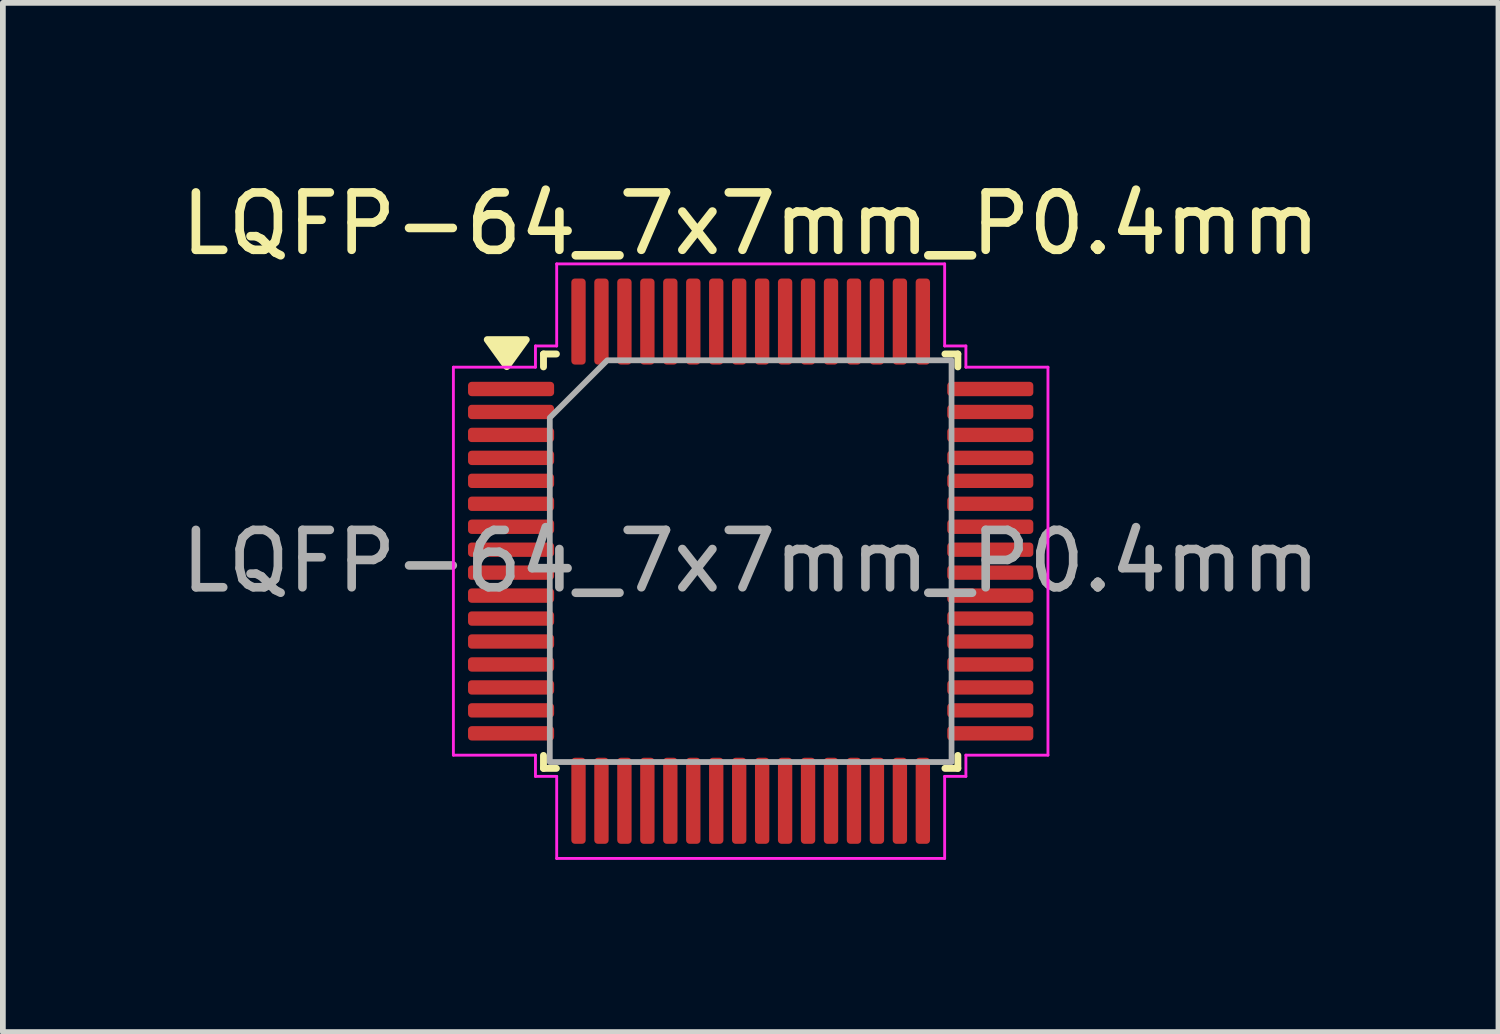
<source format=kicad_pcb>
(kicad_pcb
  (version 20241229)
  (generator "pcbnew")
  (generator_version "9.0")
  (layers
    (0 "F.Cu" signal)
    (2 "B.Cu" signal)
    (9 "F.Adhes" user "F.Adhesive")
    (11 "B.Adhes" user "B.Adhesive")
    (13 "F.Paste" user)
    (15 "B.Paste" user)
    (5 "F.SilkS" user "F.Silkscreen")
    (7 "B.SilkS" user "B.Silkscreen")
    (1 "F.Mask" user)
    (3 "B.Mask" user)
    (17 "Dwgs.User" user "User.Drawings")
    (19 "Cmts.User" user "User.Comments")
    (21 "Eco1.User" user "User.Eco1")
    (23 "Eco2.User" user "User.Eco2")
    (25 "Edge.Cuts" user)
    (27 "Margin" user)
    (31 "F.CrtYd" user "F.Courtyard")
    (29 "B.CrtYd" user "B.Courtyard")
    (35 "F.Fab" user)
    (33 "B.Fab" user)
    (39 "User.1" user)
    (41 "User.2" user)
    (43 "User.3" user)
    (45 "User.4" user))
  (footprint "LQFP-64_7x7mm_P0.4mm"
    (layer "F.Cu")
    (at 10.03 6.728)
    (property "Reference" "LQFP-64_7x7mm_P0.4mm" (at 0 -5.88 0) (layer "F.SilkS") (effects (font (size 1 1) (thickness 0.15))))
    (attr smd)
    (fp_line (start -3.61 -3.61) (end -3.385 -3.61) (stroke (width 0.12) (type solid)) (layer "F.SilkS"))
    (fp_line (start -3.61 -3.385) (end -3.61 -3.61) (stroke (width 0.12) (type solid)) (layer "F.SilkS"))
    (fp_line (start -3.61 3.61) (end -3.61 3.385) (stroke (width 0.12) (type solid)) (layer "F.SilkS"))
    (fp_line (start -3.385 3.61) (end -3.61 3.61) (stroke (width 0.12) (type solid)) (layer "F.SilkS"))
    (fp_line (start 3.385 -3.61) (end 3.61 -3.61) (stroke (width 0.12) (type solid)) (layer "F.SilkS"))
    (fp_line (start 3.61 -3.61) (end 3.61 -3.385) (stroke (width 0.12) (type solid)) (layer "F.SilkS"))
    (fp_line (start 3.61 3.385) (end 3.61 3.61) (stroke (width 0.12) (type solid)) (layer "F.SilkS"))
    (fp_line (start 3.61 3.61) (end 3.385 3.61) (stroke (width 0.12) (type solid)) (layer "F.SilkS"))
    (fp_poly (pts (xy -4.25 -3.39) (xy -4.59 -3.86) (xy -3.91 -3.86)) (stroke (width 0.12) (type solid)) (fill yes) (layer "F.SilkS"))
    (fp_line (start -5.18 -3.38) (end -3.75 -3.38) (stroke (width 0.05) (type solid)) (layer "F.CrtYd"))
    (fp_line (start -5.18 3.38) (end -5.18 -3.38) (stroke (width 0.05) (type solid)) (layer "F.CrtYd"))
    (fp_line (start -3.75 -3.75) (end -3.38 -3.75) (stroke (width 0.05) (type solid)) (layer "F.CrtYd"))
    (fp_line (start -3.75 -3.38) (end -3.75 -3.75) (stroke (width 0.05) (type solid)) (layer "F.CrtYd"))
    (fp_line (start -3.75 3.38) (end -5.18 3.38) (stroke (width 0.05) (type solid)) (layer "F.CrtYd"))
    (fp_line (start -3.75 3.75) (end -3.75 3.38) (stroke (width 0.05) (type solid)) (layer "F.CrtYd"))
    (fp_line (start -3.38 -5.18) (end 3.38 -5.18) (stroke (width 0.05) (type solid)) (layer "F.CrtYd"))
    (fp_line (start -3.38 -3.75) (end -3.38 -5.18) (stroke (width 0.05) (type solid)) (layer "F.CrtYd"))
    (fp_line (start -3.38 3.75) (end -3.75 3.75) (stroke (width 0.05) (type solid)) (layer "F.CrtYd"))
    (fp_line (start -3.38 5.18) (end -3.38 3.75) (stroke (width 0.05) (type solid)) (layer "F.CrtYd"))
    (fp_line (start 3.38 -5.18) (end 3.38 -3.75) (stroke (width 0.05) (type solid)) (layer "F.CrtYd"))
    (fp_line (start 3.38 -3.75) (end 3.75 -3.75) (stroke (width 0.05) (type solid)) (layer "F.CrtYd"))
    (fp_line (start 3.38 3.75) (end 3.38 5.18) (stroke (width 0.05) (type solid)) (layer "F.CrtYd"))
    (fp_line (start 3.38 5.18) (end -3.38 5.18) (stroke (width 0.05) (type solid)) (layer "F.CrtYd"))
    (fp_line (start 3.75 -3.75) (end 3.75 -3.38) (stroke (width 0.05) (type solid)) (layer "F.CrtYd"))
    (fp_line (start 3.75 -3.38) (end 5.18 -3.38) (stroke (width 0.05) (type solid)) (layer "F.CrtYd"))
    (fp_line (start 3.75 3.38) (end 3.75 3.75) (stroke (width 0.05) (type solid)) (layer "F.CrtYd"))
    (fp_line (start 3.75 3.75) (end 3.38 3.75) (stroke (width 0.05) (type solid)) (layer "F.CrtYd"))
    (fp_line (start 5.18 -3.38) (end 5.18 3.38) (stroke (width 0.05) (type solid)) (layer "F.CrtYd"))
    (fp_line (start 5.18 3.38) (end 3.75 3.38) (stroke (width 0.05) (type solid)) (layer "F.CrtYd"))
    (fp_poly (pts (xy -3.5 -2.5) (xy -3.5 3.5) (xy 3.5 3.5) (xy 3.5 -3.5) (xy -2.5 -3.5)) (stroke (width 0.1) (type solid)) (fill no) (layer "F.Fab"))
    (fp_text user "${REFERENCE}" (at 0 0 0) (layer "F.Fab") (effects (font (size 1 1) (thickness 0.15))))
    (pad "1" smd roundrect (at -4.175 -3) (size 1.5 0.25) (layers "F.Cu" "F.Mask" "F.Paste") (roundrect_rratio 0.25))
    (pad "2" smd roundrect (at -4.175 -2.6) (size 1.5 0.25) (layers "F.Cu" "F.Mask" "F.Paste") (roundrect_rratio 0.25))
    (pad "3" smd roundrect (at -4.175 -2.2) (size 1.5 0.25) (layers "F.Cu" "F.Mask" "F.Paste") (roundrect_rratio 0.25))
    (pad "4" smd roundrect (at -4.175 -1.8) (size 1.5 0.25) (layers "F.Cu" "F.Mask" "F.Paste") (roundrect_rratio 0.25))
    (pad "5" smd roundrect (at -4.175 -1.4) (size 1.5 0.25) (layers "F.Cu" "F.Mask" "F.Paste") (roundrect_rratio 0.25))
    (pad "6" smd roundrect (at -4.175 -1) (size 1.5 0.25) (layers "F.Cu" "F.Mask" "F.Paste") (roundrect_rratio 0.25))
    (pad "7" smd roundrect (at -4.175 -0.6) (size 1.5 0.25) (layers "F.Cu" "F.Mask" "F.Paste") (roundrect_rratio 0.25))
    (pad "8" smd roundrect (at -4.175 -0.2) (size 1.5 0.25) (layers "F.Cu" "F.Mask" "F.Paste") (roundrect_rratio 0.25))
    (pad "9" smd roundrect (at -4.175 0.2) (size 1.5 0.25) (layers "F.Cu" "F.Mask" "F.Paste") (roundrect_rratio 0.25))
    (pad "10" smd roundrect (at -4.175 0.6) (size 1.5 0.25) (layers "F.Cu" "F.Mask" "F.Paste") (roundrect_rratio 0.25))
    (pad "11" smd roundrect (at -4.175 1) (size 1.5 0.25) (layers "F.Cu" "F.Mask" "F.Paste") (roundrect_rratio 0.25))
    (pad "12" smd roundrect (at -4.175 1.4) (size 1.5 0.25) (layers "F.Cu" "F.Mask" "F.Paste") (roundrect_rratio 0.25))
    (pad "13" smd roundrect (at -4.175 1.8) (size 1.5 0.25) (layers "F.Cu" "F.Mask" "F.Paste") (roundrect_rratio 0.25))
    (pad "14" smd roundrect (at -4.175 2.2) (size 1.5 0.25) (layers "F.Cu" "F.Mask" "F.Paste") (roundrect_rratio 0.25))
    (pad "15" smd roundrect (at -4.175 2.6) (size 1.5 0.25) (layers "F.Cu" "F.Mask" "F.Paste") (roundrect_rratio 0.25))
    (pad "16" smd roundrect (at -4.175 3) (size 1.5 0.25) (layers "F.Cu" "F.Mask" "F.Paste") (roundrect_rratio 0.25))
    (pad "17" smd roundrect (at -3 4.175) (size 0.25 1.5) (layers "F.Cu" "F.Mask" "F.Paste") (roundrect_rratio 0.25))
    (pad "18" smd roundrect (at -2.6 4.175) (size 0.25 1.5) (layers "F.Cu" "F.Mask" "F.Paste") (roundrect_rratio 0.25))
    (pad "19" smd roundrect (at -2.2 4.175) (size 0.25 1.5) (layers "F.Cu" "F.Mask" "F.Paste") (roundrect_rratio 0.25))
    (pad "20" smd roundrect (at -1.8 4.175) (size 0.25 1.5) (layers "F.Cu" "F.Mask" "F.Paste") (roundrect_rratio 0.25))
    (pad "21" smd roundrect (at -1.4 4.175) (size 0.25 1.5) (layers "F.Cu" "F.Mask" "F.Paste") (roundrect_rratio 0.25))
    (pad "22" smd roundrect (at -1 4.175) (size 0.25 1.5) (layers "F.Cu" "F.Mask" "F.Paste") (roundrect_rratio 0.25))
    (pad "23" smd roundrect (at -0.6 4.175) (size 0.25 1.5) (layers "F.Cu" "F.Mask" "F.Paste") (roundrect_rratio 0.25))
    (pad "24" smd roundrect (at -0.2 4.175) (size 0.25 1.5) (layers "F.Cu" "F.Mask" "F.Paste") (roundrect_rratio 0.25))
    (pad "25" smd roundrect (at 0.2 4.175) (size 0.25 1.5) (layers "F.Cu" "F.Mask" "F.Paste") (roundrect_rratio 0.25))
    (pad "26" smd roundrect (at 0.6 4.175) (size 0.25 1.5) (layers "F.Cu" "F.Mask" "F.Paste") (roundrect_rratio 0.25))
    (pad "27" smd roundrect (at 1 4.175) (size 0.25 1.5) (layers "F.Cu" "F.Mask" "F.Paste") (roundrect_rratio 0.25))
    (pad "28" smd roundrect (at 1.4 4.175) (size 0.25 1.5) (layers "F.Cu" "F.Mask" "F.Paste") (roundrect_rratio 0.25))
    (pad "29" smd roundrect (at 1.8 4.175) (size 0.25 1.5) (layers "F.Cu" "F.Mask" "F.Paste") (roundrect_rratio 0.25))
    (pad "30" smd roundrect (at 2.2 4.175) (size 0.25 1.5) (layers "F.Cu" "F.Mask" "F.Paste") (roundrect_rratio 0.25))
    (pad "31" smd roundrect (at 2.6 4.175) (size 0.25 1.5) (layers "F.Cu" "F.Mask" "F.Paste") (roundrect_rratio 0.25))
    (pad "32" smd roundrect (at 3 4.175) (size 0.25 1.5) (layers "F.Cu" "F.Mask" "F.Paste") (roundrect_rratio 0.25))
    (pad "33" smd roundrect (at 4.175 3) (size 1.5 0.25) (layers "F.Cu" "F.Mask" "F.Paste") (roundrect_rratio 0.25))
    (pad "34" smd roundrect (at 4.175 2.6) (size 1.5 0.25) (layers "F.Cu" "F.Mask" "F.Paste") (roundrect_rratio 0.25))
    (pad "35" smd roundrect (at 4.175 2.2) (size 1.5 0.25) (layers "F.Cu" "F.Mask" "F.Paste") (roundrect_rratio 0.25))
    (pad "36" smd roundrect (at 4.175 1.8) (size 1.5 0.25) (layers "F.Cu" "F.Mask" "F.Paste") (roundrect_rratio 0.25))
    (pad "37" smd roundrect (at 4.175 1.4) (size 1.5 0.25) (layers "F.Cu" "F.Mask" "F.Paste") (roundrect_rratio 0.25))
    (pad "38" smd roundrect (at 4.175 1) (size 1.5 0.25) (layers "F.Cu" "F.Mask" "F.Paste") (roundrect_rratio 0.25))
    (pad "39" smd roundrect (at 4.175 0.6) (size 1.5 0.25) (layers "F.Cu" "F.Mask" "F.Paste") (roundrect_rratio 0.25))
    (pad "40" smd roundrect (at 4.175 0.2) (size 1.5 0.25) (layers "F.Cu" "F.Mask" "F.Paste") (roundrect_rratio 0.25))
    (pad "41" smd roundrect (at 4.175 -0.2) (size 1.5 0.25) (layers "F.Cu" "F.Mask" "F.Paste") (roundrect_rratio 0.25))
    (pad "42" smd roundrect (at 4.175 -0.6) (size 1.5 0.25) (layers "F.Cu" "F.Mask" "F.Paste") (roundrect_rratio 0.25))
    (pad "43" smd roundrect (at 4.175 -1) (size 1.5 0.25) (layers "F.Cu" "F.Mask" "F.Paste") (roundrect_rratio 0.25))
    (pad "44" smd roundrect (at 4.175 -1.4) (size 1.5 0.25) (layers "F.Cu" "F.Mask" "F.Paste") (roundrect_rratio 0.25))
    (pad "45" smd roundrect (at 4.175 -1.8) (size 1.5 0.25) (layers "F.Cu" "F.Mask" "F.Paste") (roundrect_rratio 0.25))
    (pad "46" smd roundrect (at 4.175 -2.2) (size 1.5 0.25) (layers "F.Cu" "F.Mask" "F.Paste") (roundrect_rratio 0.25))
    (pad "47" smd roundrect (at 4.175 -2.6) (size 1.5 0.25) (layers "F.Cu" "F.Mask" "F.Paste") (roundrect_rratio 0.25))
    (pad "48" smd roundrect (at 4.175 -3) (size 1.5 0.25) (layers "F.Cu" "F.Mask" "F.Paste") (roundrect_rratio 0.25))
    (pad "49" smd roundrect (at 3 -4.175) (size 0.25 1.5) (layers "F.Cu" "F.Mask" "F.Paste") (roundrect_rratio 0.25))
    (pad "50" smd roundrect (at 2.6 -4.175) (size 0.25 1.5) (layers "F.Cu" "F.Mask" "F.Paste") (roundrect_rratio 0.25))
    (pad "51" smd roundrect (at 2.2 -4.175) (size 0.25 1.5) (layers "F.Cu" "F.Mask" "F.Paste") (roundrect_rratio 0.25))
    (pad "52" smd roundrect (at 1.8 -4.175) (size 0.25 1.5) (layers "F.Cu" "F.Mask" "F.Paste") (roundrect_rratio 0.25))
    (pad "53" smd roundrect (at 1.4 -4.175) (size 0.25 1.5) (layers "F.Cu" "F.Mask" "F.Paste") (roundrect_rratio 0.25))
    (pad "54" smd roundrect (at 1 -4.175) (size 0.25 1.5) (layers "F.Cu" "F.Mask" "F.Paste") (roundrect_rratio 0.25))
    (pad "55" smd roundrect (at 0.6 -4.175) (size 0.25 1.5) (layers "F.Cu" "F.Mask" "F.Paste") (roundrect_rratio 0.25))
    (pad "56" smd roundrect (at 0.2 -4.175) (size 0.25 1.5) (layers "F.Cu" "F.Mask" "F.Paste") (roundrect_rratio 0.25))
    (pad "57" smd roundrect (at -0.2 -4.175) (size 0.25 1.5) (layers "F.Cu" "F.Mask" "F.Paste") (roundrect_rratio 0.25))
    (pad "58" smd roundrect (at -0.6 -4.175) (size 0.25 1.5) (layers "F.Cu" "F.Mask" "F.Paste") (roundrect_rratio 0.25))
    (pad "59" smd roundrect (at -1 -4.175) (size 0.25 1.5) (layers "F.Cu" "F.Mask" "F.Paste") (roundrect_rratio 0.25))
    (pad "60" smd roundrect (at -1.4 -4.175) (size 0.25 1.5) (layers "F.Cu" "F.Mask" "F.Paste") (roundrect_rratio 0.25))
    (pad "61" smd roundrect (at -1.8 -4.175) (size 0.25 1.5) (layers "F.Cu" "F.Mask" "F.Paste") (roundrect_rratio 0.25))
    (pad "62" smd roundrect (at -2.2 -4.175) (size 0.25 1.5) (layers "F.Cu" "F.Mask" "F.Paste") (roundrect_rratio 0.25))
    (pad "63" smd roundrect (at -2.6 -4.175) (size 0.25 1.5) (layers "F.Cu" "F.Mask" "F.Paste") (roundrect_rratio 0.25))
    (pad "64" smd roundrect (at -3 -4.175) (size 0.25 1.5) (layers "F.Cu" "F.Mask" "F.Paste") (roundrect_rratio 0.25)))
  (gr_rect
    (start -3 -3)
    (end 23.06 14.933)
    (stroke (width 0.1) (type default))
    (fill no)
    (layer "Edge.Cuts")))
</source>
